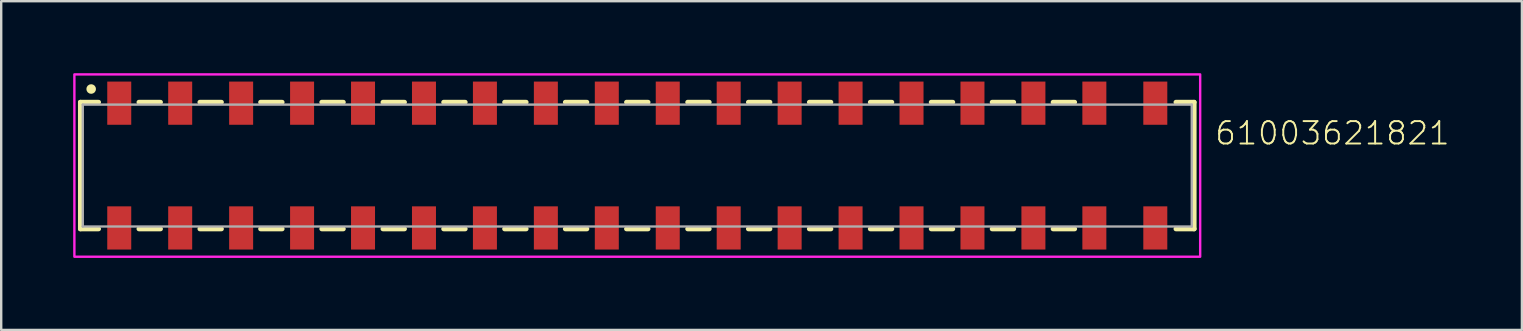
<source format=kicad_pcb>
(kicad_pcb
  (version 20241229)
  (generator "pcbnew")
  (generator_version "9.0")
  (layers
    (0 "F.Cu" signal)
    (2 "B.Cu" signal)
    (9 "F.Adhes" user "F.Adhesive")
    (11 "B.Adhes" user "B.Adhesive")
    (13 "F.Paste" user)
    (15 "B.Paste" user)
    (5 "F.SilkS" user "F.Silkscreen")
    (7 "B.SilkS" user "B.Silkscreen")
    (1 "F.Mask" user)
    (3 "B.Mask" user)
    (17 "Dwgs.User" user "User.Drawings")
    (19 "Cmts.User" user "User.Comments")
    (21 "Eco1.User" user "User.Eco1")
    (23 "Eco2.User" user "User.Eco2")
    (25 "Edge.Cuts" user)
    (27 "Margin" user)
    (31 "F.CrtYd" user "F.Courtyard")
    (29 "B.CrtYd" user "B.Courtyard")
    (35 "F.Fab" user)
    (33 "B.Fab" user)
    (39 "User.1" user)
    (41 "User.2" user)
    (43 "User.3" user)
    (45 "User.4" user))
  (footprint "61003621821"
    (layer "F.Cu")
    (at 23.51 3.85)
    (property "Reference" "61003621821" (at 24.02 -0.8 0) (unlocked yes) (layer "F.SilkS") (effects (font (size 0.935 0.935) (thickness 0.081)) (justify left bottom)))
    (fp_line (start -23.21 -2.64) (end -23.21 2.64) (stroke (width 0.2) (type solid)) (layer "F.SilkS"))
    (fp_line (start -22.45 -2.64) (end -23.21 -2.64) (stroke (width 0.2) (type solid)) (layer "F.SilkS"))
    (fp_line (start -22.45 2.64) (end -23.21 2.64) (stroke (width 0.2) (type solid)) (layer "F.SilkS"))
    (fp_line (start -20.77 -2.64) (end -19.87 -2.64) (stroke (width 0.2) (type solid)) (layer "F.SilkS"))
    (fp_line (start -20.77 2.64) (end -19.87 2.64) (stroke (width 0.2) (type solid)) (layer "F.SilkS"))
    (fp_line (start -18.23 -2.64) (end -17.33 -2.64) (stroke (width 0.2) (type solid)) (layer "F.SilkS"))
    (fp_line (start -18.23 2.64) (end -17.33 2.64) (stroke (width 0.2) (type solid)) (layer "F.SilkS"))
    (fp_line (start -15.7 -2.64) (end -14.8 -2.64) (stroke (width 0.2) (type solid)) (layer "F.SilkS"))
    (fp_line (start -15.7 2.64) (end -14.8 2.64) (stroke (width 0.2) (type solid)) (layer "F.SilkS"))
    (fp_line (start -13.15 -2.64) (end -12.25 -2.64) (stroke (width 0.2) (type solid)) (layer "F.SilkS"))
    (fp_line (start -12.25 2.64) (end -13.15 2.64) (stroke (width 0.2) (type solid)) (layer "F.SilkS"))
    (fp_line (start -10.6 -2.64) (end -9.7 -2.64) (stroke (width 0.2) (type solid)) (layer "F.SilkS"))
    (fp_line (start -10.6 2.64) (end -9.7 2.64) (stroke (width 0.2) (type solid)) (layer "F.SilkS"))
    (fp_line (start -8.07 -2.64) (end -7.17 -2.64) (stroke (width 0.2) (type solid)) (layer "F.SilkS"))
    (fp_line (start -8.07 2.64) (end -7.17 2.64) (stroke (width 0.2) (type solid)) (layer "F.SilkS"))
    (fp_line (start -4.63 -2.64) (end -5.53 -2.64) (stroke (width 0.2) (type solid)) (layer "F.SilkS"))
    (fp_line (start -4.63 2.64) (end -5.53 2.64) (stroke (width 0.2) (type solid)) (layer "F.SilkS"))
    (fp_line (start -2.1 -2.64) (end -3 -2.64) (stroke (width 0.2) (type solid)) (layer "F.SilkS"))
    (fp_line (start -2.1 2.64) (end -3 2.64) (stroke (width 0.2) (type solid)) (layer "F.SilkS"))
    (fp_line (start -0.45 -2.64) (end 0.45 -2.64) (stroke (width 0.2) (type solid)) (layer "F.SilkS"))
    (fp_line (start 0.45 2.64) (end -0.45 2.64) (stroke (width 0.2) (type solid)) (layer "F.SilkS"))
    (fp_line (start 3 -2.64) (end 2.1 -2.64) (stroke (width 0.2) (type solid)) (layer "F.SilkS"))
    (fp_line (start 3 2.64) (end 2.1 2.64) (stroke (width 0.2) (type solid)) (layer "F.SilkS"))
    (fp_line (start 5.53 -2.64) (end 4.63 -2.64) (stroke (width 0.2) (type solid)) (layer "F.SilkS"))
    (fp_line (start 5.53 2.64) (end 4.63 2.64) (stroke (width 0.2) (type solid)) (layer "F.SilkS"))
    (fp_line (start 8.07 -2.64) (end 7.17 -2.64) (stroke (width 0.2) (type solid)) (layer "F.SilkS"))
    (fp_line (start 8.07 2.64) (end 7.17 2.64) (stroke (width 0.2) (type solid)) (layer "F.SilkS"))
    (fp_line (start 10.61 -2.64) (end 9.71 -2.64) (stroke (width 0.2) (type solid)) (layer "F.SilkS"))
    (fp_line (start 10.61 2.64) (end 9.71 2.64) (stroke (width 0.2) (type solid)) (layer "F.SilkS"))
    (fp_line (start 13.15 -2.64) (end 12.25 -2.64) (stroke (width 0.2) (type solid)) (layer "F.SilkS"))
    (fp_line (start 13.15 2.64) (end 12.25 2.64) (stroke (width 0.2) (type solid)) (layer "F.SilkS"))
    (fp_line (start 15.69 -2.64) (end 14.79 -2.64) (stroke (width 0.2) (type solid)) (layer "F.SilkS"))
    (fp_line (start 15.69 2.64) (end 14.79 2.64) (stroke (width 0.2) (type solid)) (layer "F.SilkS"))
    (fp_line (start 18.23 -2.64) (end 17.33 -2.64) (stroke (width 0.2) (type solid)) (layer "F.SilkS"))
    (fp_line (start 18.23 2.64) (end 17.33 2.64) (stroke (width 0.2) (type solid)) (layer "F.SilkS"))
    (fp_line (start 22.45 -2.64) (end 23.21 -2.64) (stroke (width 0.2) (type solid)) (layer "F.SilkS"))
    (fp_line (start 22.45 2.64) (end 23.21 2.64) (stroke (width 0.2) (type solid)) (layer "F.SilkS"))
    (fp_line (start 23.21 2.64) (end 23.21 -2.64) (stroke (width 0.2) (type solid)) (layer "F.SilkS"))
    (fp_circle (center -22.76 -3.19) (end -22.66 -3.19) (stroke (width 0.2) (type solid)) (fill no) (layer "F.SilkS"))
    (fp_poly (pts (xy 23.46 3.8) (xy -23.46 3.8) (xy -23.46 -3.8) (xy 23.46 -3.8)) (stroke (width 0.1) (type default)) (fill no) (layer "F.CrtYd"))
    (fp_line (start -23.11 -2.54) (end -23.11 2.54) (stroke (width 0.1) (type solid)) (layer "F.Fab"))
    (fp_line (start -23.11 2.54) (end 23.11 2.54) (stroke (width 0.1) (type solid)) (layer "F.Fab"))
    (fp_line (start 23.11 -2.54) (end -23.11 -2.54) (stroke (width 0.1) (type solid)) (layer "F.Fab"))
    (fp_line (start 23.11 2.54) (end 23.11 -2.54) (stroke (width 0.1) (type solid)) (layer "F.Fab"))
    (pad "1" smd rect (at -21.59 -2.6) (size 1 1.8) (layers "F.Cu" "F.Mask" "F.Paste"))
    (pad "2" smd rect (at -21.59 2.6) (size 1 1.8) (layers "F.Cu" "F.Mask" "F.Paste"))
    (pad "3" smd rect (at -19.05 -2.6) (size 1 1.8) (layers "F.Cu" "F.Mask" "F.Paste"))
    (pad "4" smd rect (at -19.05 2.6) (size 1 1.8) (layers "F.Cu" "F.Mask" "F.Paste"))
    (pad "5" smd rect (at -16.51 -2.6) (size 1 1.8) (layers "F.Cu" "F.Mask" "F.Paste"))
    (pad "6" smd rect (at -16.51 2.6) (size 1 1.8) (layers "F.Cu" "F.Mask" "F.Paste"))
    (pad "7" smd rect (at -13.97 -2.6) (size 1 1.8) (layers "F.Cu" "F.Mask" "F.Paste"))
    (pad "8" smd rect (at -13.97 2.6) (size 1 1.8) (layers "F.Cu" "F.Mask" "F.Paste"))
    (pad "9" smd rect (at -11.43 -2.6) (size 1 1.8) (layers "F.Cu" "F.Mask" "F.Paste"))
    (pad "10" smd rect (at -11.43 2.6) (size 1 1.8) (layers "F.Cu" "F.Mask" "F.Paste"))
    (pad "11" smd rect (at -8.89 -2.6) (size 1 1.8) (layers "F.Cu" "F.Mask" "F.Paste"))
    (pad "12" smd rect (at -8.89 2.6) (size 1 1.8) (layers "F.Cu" "F.Mask" "F.Paste"))
    (pad "13" smd rect (at -6.35 -2.6) (size 1 1.8) (layers "F.Cu" "F.Mask" "F.Paste"))
    (pad "14" smd rect (at -6.35 2.6) (size 1 1.8) (layers "F.Cu" "F.Mask" "F.Paste"))
    (pad "15" smd rect (at -3.81 -2.6) (size 1 1.8) (layers "F.Cu" "F.Mask" "F.Paste"))
    (pad "16" smd rect (at -3.81 2.6) (size 1 1.8) (layers "F.Cu" "F.Mask" "F.Paste"))
    (pad "17" smd rect (at -1.27 -2.6) (size 1 1.8) (layers "F.Cu" "F.Mask" "F.Paste"))
    (pad "18" smd rect (at -1.27 2.6) (size 1 1.8) (layers "F.Cu" "F.Mask" "F.Paste"))
    (pad "19" smd rect (at 1.27 -2.6) (size 1 1.8) (layers "F.Cu" "F.Mask" "F.Paste"))
    (pad "20" smd rect (at 1.27 2.6) (size 1 1.8) (layers "F.Cu" "F.Mask" "F.Paste"))
    (pad "21" smd rect (at 3.81 -2.6) (size 1 1.8) (layers "F.Cu" "F.Mask" "F.Paste"))
    (pad "22" smd rect (at 3.81 2.6) (size 1 1.8) (layers "F.Cu" "F.Mask" "F.Paste"))
    (pad "23" smd rect (at 6.35 -2.6) (size 1 1.8) (layers "F.Cu" "F.Mask" "F.Paste"))
    (pad "24" smd rect (at 6.35 2.6) (size 1 1.8) (layers "F.Cu" "F.Mask" "F.Paste"))
    (pad "25" smd rect (at 8.89 -2.6) (size 1 1.8) (layers "F.Cu" "F.Mask" "F.Paste"))
    (pad "26" smd rect (at 8.89 2.6) (size 1 1.8) (layers "F.Cu" "F.Mask" "F.Paste"))
    (pad "27" smd rect (at 11.43 -2.6) (size 1 1.8) (layers "F.Cu" "F.Mask" "F.Paste"))
    (pad "28" smd rect (at 11.43 2.6) (size 1 1.8) (layers "F.Cu" "F.Mask" "F.Paste"))
    (pad "29" smd rect (at 13.97 -2.6) (size 1 1.8) (layers "F.Cu" "F.Mask" "F.Paste"))
    (pad "30" smd rect (at 13.97 2.6) (size 1 1.8) (layers "F.Cu" "F.Mask" "F.Paste"))
    (pad "31" smd rect (at 16.51 -2.6) (size 1 1.8) (layers "F.Cu" "F.Mask" "F.Paste"))
    (pad "32" smd rect (at 16.51 2.6) (size 1 1.8) (layers "F.Cu" "F.Mask" "F.Paste"))
    (pad "33" smd rect (at 19.05 -2.6) (size 1 1.8) (layers "F.Cu" "F.Mask" "F.Paste"))
    (pad "34" smd rect (at 19.05 2.6) (size 1 1.8) (layers "F.Cu" "F.Mask" "F.Paste"))
    (pad "35" smd rect (at 21.59 -2.6) (size 1 1.8) (layers "F.Cu" "F.Mask" "F.Paste"))
    (pad "36" smd rect (at 21.59 2.6) (size 1 1.8) (layers "F.Cu" "F.Mask" "F.Paste")))
  (gr_rect
    (start -3 -3)
    (end 60.379 10.7)
    (stroke (width 0.1) (type default))
    (fill no)
    (layer "Edge.Cuts")))
</source>
